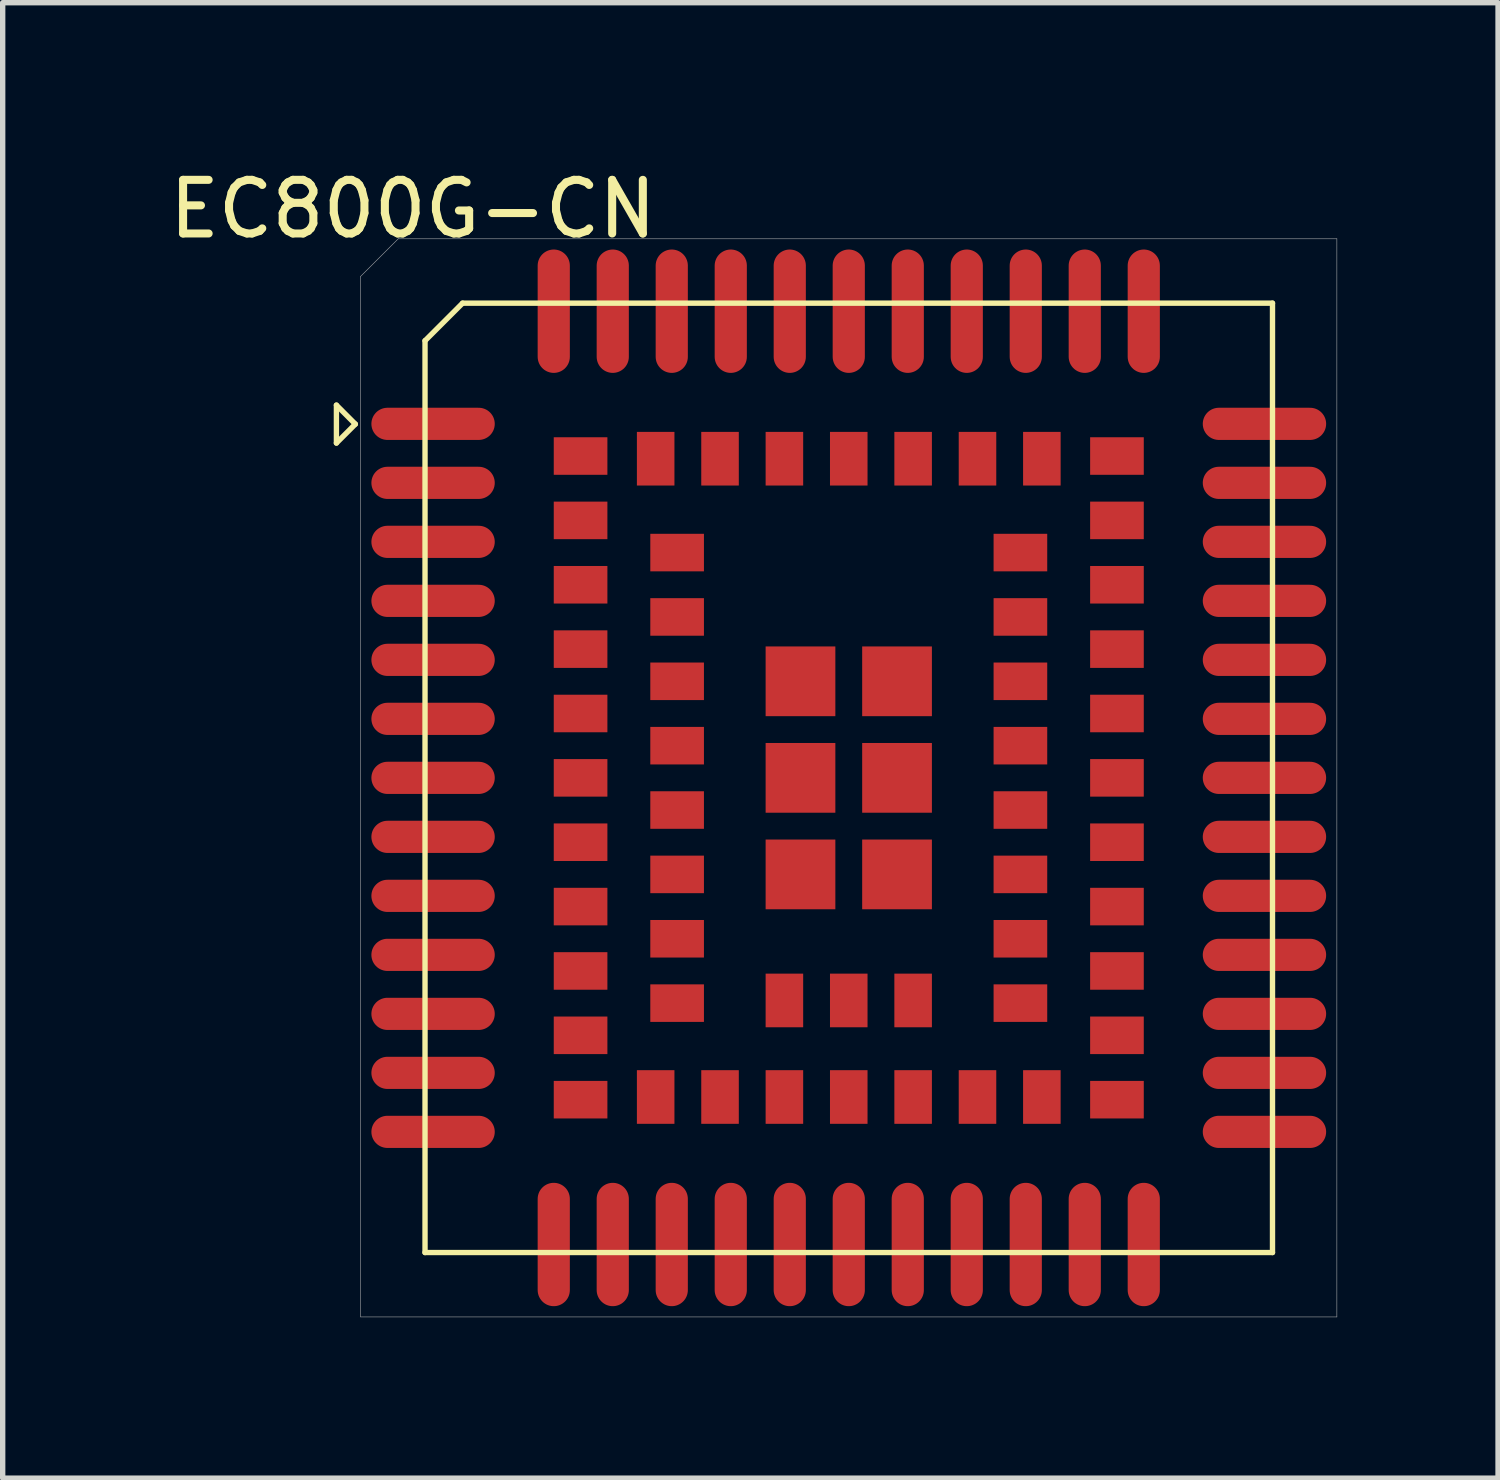
<source format=kicad_pcb>
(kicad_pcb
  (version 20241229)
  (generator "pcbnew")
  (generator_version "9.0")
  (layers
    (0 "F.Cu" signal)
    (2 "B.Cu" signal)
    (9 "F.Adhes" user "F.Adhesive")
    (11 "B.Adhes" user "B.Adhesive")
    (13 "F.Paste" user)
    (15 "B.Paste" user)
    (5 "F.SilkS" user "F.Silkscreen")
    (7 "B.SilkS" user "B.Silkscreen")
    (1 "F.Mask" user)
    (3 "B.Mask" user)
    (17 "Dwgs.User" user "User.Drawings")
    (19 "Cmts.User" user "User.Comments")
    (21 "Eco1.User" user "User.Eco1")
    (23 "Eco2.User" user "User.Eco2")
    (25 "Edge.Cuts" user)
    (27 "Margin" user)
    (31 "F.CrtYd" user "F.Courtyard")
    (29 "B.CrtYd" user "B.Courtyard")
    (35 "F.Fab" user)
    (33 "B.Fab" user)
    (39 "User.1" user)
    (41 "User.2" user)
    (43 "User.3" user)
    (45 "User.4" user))
  (footprint "EC800G-CN"
    (layer "F.Cu")
    (at 12.765 11.414)
    (property "Reference" "EC800G-CN" (at -8.116 -10.566 0) (layer "F.SilkS") (effects (font (size 1 1) (thickness 0.15))))
    (attr through_hole)
    (fp_line (start -9.543 -6.911) (end -9.19 -6.557) (stroke (width 0.1) (type solid)) (layer "F.SilkS"))
    (fp_line (start -9.543 -6.204) (end -9.543 -6.911) (stroke (width 0.1) (type solid)) (layer "F.SilkS"))
    (fp_line (start -9.543 -6.204) (end -9.19 -6.557) (stroke (width 0.1) (type solid)) (layer "F.SilkS"))
    (fp_line (start -7.891 -8.112) (end -7.191 -8.812) (stroke (width 0.1) (type solid)) (layer "F.SilkS"))
    (fp_line (start -7.891 8.888) (end -7.891 -8.112) (stroke (width 0.1) (type solid)) (layer "F.SilkS"))
    (fp_line (start -7.891 8.888) (end 7.909 8.888) (stroke (width 0.1) (type solid)) (layer "F.SilkS"))
    (fp_line (start -7.191 -8.812) (end 7.909 -8.812) (stroke (width 0.1) (type solid)) (layer "F.SilkS"))
    (fp_line (start 7.909 8.888) (end 7.909 -8.812) (stroke (width 0.1) (type solid)) (layer "F.SilkS"))
    (fp_line (start -9.091 -9.312) (end -8.391 -10.012) (stroke (width 0.01) (type solid)) (layer "F.Fab"))
    (fp_line (start -9.091 10.088) (end -9.091 -9.312) (stroke (width 0.01) (type solid)) (layer "F.Fab"))
    (fp_line (start -9.091 10.088) (end 9.109 10.088) (stroke (width 0.01) (type solid)) (layer "F.Fab"))
    (fp_line (start -8.391 -10.012) (end 9.109 -10.012) (stroke (width 0.01) (type solid)) (layer "F.Fab"))
    (fp_line (start 9.109 10.088) (end 9.109 -10.012) (stroke (width 0.01) (type solid)) (layer "F.Fab"))
    (pad "1" smd oval (at -7.741 -6.562) (size 2.3 0.6) (layers "F.Cu" "F.Mask" "F.Paste"))
    (pad "2" smd oval (at -7.741 -5.462) (size 2.3 0.6) (layers "F.Cu" "F.Mask" "F.Paste"))
    (pad "3" smd oval (at -7.741 -4.362) (size 2.3 0.6) (layers "F.Cu" "F.Mask" "F.Paste"))
    (pad "4" smd oval (at -7.741 -3.262) (size 2.3 0.6) (layers "F.Cu" "F.Mask" "F.Paste"))
    (pad "5" smd oval (at -7.741 -2.162) (size 2.3 0.6) (layers "F.Cu" "F.Mask" "F.Paste"))
    (pad "6" smd oval (at -7.741 -1.062) (size 2.3 0.6) (layers "F.Cu" "F.Mask" "F.Paste"))
    (pad "7" smd oval (at -7.741 0.038) (size 2.3 0.6) (layers "F.Cu" "F.Mask" "F.Paste"))
    (pad "8" smd oval (at -7.741 1.138) (size 2.3 0.6) (layers "F.Cu" "F.Mask" "F.Paste"))
    (pad "9" smd oval (at -7.741 2.238) (size 2.3 0.6) (layers "F.Cu" "F.Mask" "F.Paste"))
    (pad "10" smd oval (at -7.741 3.338) (size 2.3 0.6) (layers "F.Cu" "F.Mask" "F.Paste"))
    (pad "11" smd oval (at -7.741 4.438) (size 2.3 0.6) (layers "F.Cu" "F.Mask" "F.Paste"))
    (pad "12" smd oval (at -7.741 5.538) (size 2.3 0.6) (layers "F.Cu" "F.Mask" "F.Paste"))
    (pad "13" smd oval (at -7.741 6.638) (size 2.3 0.6) (layers "F.Cu" "F.Mask" "F.Paste"))
    (pad "14" smd oval (at -4.391 8.738) (size 0.6 2.3) (layers "F.Cu" "F.Mask" "F.Paste"))
    (pad "15" smd oval (at -3.291 8.738) (size 0.6 2.3) (layers "F.Cu" "F.Mask" "F.Paste"))
    (pad "16" smd oval (at -2.191 8.738) (size 0.6 2.3) (layers "F.Cu" "F.Mask" "F.Paste"))
    (pad "17" smd oval (at -1.091 8.738) (size 0.6 2.3) (layers "F.Cu" "F.Mask" "F.Paste"))
    (pad "18" smd oval (at 0.009 8.738) (size 0.6 2.3) (layers "F.Cu" "F.Mask" "F.Paste"))
    (pad "19" smd oval (at 1.109 8.738) (size 0.6 2.3) (layers "F.Cu" "F.Mask" "F.Paste"))
    (pad "20" smd oval (at 2.209 8.738) (size 0.6 2.3) (layers "F.Cu" "F.Mask" "F.Paste"))
    (pad "21" smd oval (at 3.309 8.738) (size 0.6 2.3) (layers "F.Cu" "F.Mask" "F.Paste"))
    (pad "22" smd oval (at 4.409 8.738) (size 0.6 2.3) (layers "F.Cu" "F.Mask" "F.Paste"))
    (pad "23" smd oval (at 7.759 6.638) (size 2.3 0.6) (layers "F.Cu" "F.Mask" "F.Paste"))
    (pad "24" smd oval (at 7.759 5.538) (size 2.3 0.6) (layers "F.Cu" "F.Mask" "F.Paste"))
    (pad "25" smd oval (at 7.759 4.438) (size 2.3 0.6) (layers "F.Cu" "F.Mask" "F.Paste"))
    (pad "26" smd oval (at 7.759 3.338) (size 2.3 0.6) (layers "F.Cu" "F.Mask" "F.Paste"))
    (pad "27" smd oval (at 7.759 2.238) (size 2.3 0.6) (layers "F.Cu" "F.Mask" "F.Paste"))
    (pad "28" smd oval (at 7.759 1.138) (size 2.3 0.6) (layers "F.Cu" "F.Mask" "F.Paste"))
    (pad "29" smd oval (at 7.759 0.038) (size 2.3 0.6) (layers "F.Cu" "F.Mask" "F.Paste"))
    (pad "30" smd oval (at 7.759 -1.062) (size 2.3 0.6) (layers "F.Cu" "F.Mask" "F.Paste"))
    (pad "31" smd oval (at 7.759 -2.162) (size 2.3 0.6) (layers "F.Cu" "F.Mask" "F.Paste"))
    (pad "32" smd oval (at 7.759 -3.262) (size 2.3 0.6) (layers "F.Cu" "F.Mask" "F.Paste"))
    (pad "33" smd oval (at 7.759 -4.362) (size 2.3 0.6) (layers "F.Cu" "F.Mask" "F.Paste"))
    (pad "34" smd oval (at 7.759 -5.462) (size 2.3 0.6) (layers "F.Cu" "F.Mask" "F.Paste"))
    (pad "35" smd oval (at 7.759 -6.562) (size 2.3 0.6) (layers "F.Cu" "F.Mask" "F.Paste"))
    (pad "36" smd oval (at 4.409 -8.662) (size 0.6 2.3) (layers "F.Cu" "F.Mask" "F.Paste"))
    (pad "37" smd oval (at 3.309 -8.662) (size 0.6 2.3) (layers "F.Cu" "F.Mask" "F.Paste"))
    (pad "38" smd oval (at 2.209 -8.662) (size 0.6 2.3) (layers "F.Cu" "F.Mask" "F.Paste"))
    (pad "39" smd oval (at 1.109 -8.662) (size 0.6 2.3) (layers "F.Cu" "F.Mask" "F.Paste"))
    (pad "40" smd oval (at 0.009 -8.662) (size 0.6 2.3) (layers "F.Cu" "F.Mask" "F.Paste"))
    (pad "41" smd oval (at -1.091 -8.662) (size 0.6 2.3) (layers "F.Cu" "F.Mask" "F.Paste"))
    (pad "42" smd oval (at -2.191 -8.662) (size 0.6 2.3) (layers "F.Cu" "F.Mask" "F.Paste"))
    (pad "43" smd oval (at -3.291 -8.662) (size 0.6 2.3) (layers "F.Cu" "F.Mask" "F.Paste"))
    (pad "44" smd oval (at -4.391 -8.662) (size 0.6 2.3) (layers "F.Cu" "F.Mask" "F.Paste"))
    (pad "45" smd rect (at -4.991 -4.762) (size 1 0.7) (layers "F.Cu" "F.Mask" "F.Paste"))
    (pad "46" smd rect (at -4.991 -3.562) (size 1 0.7) (layers "F.Cu" "F.Mask" "F.Paste"))
    (pad "47" smd rect (at -4.991 -2.362) (size 1 0.7) (layers "F.Cu" "F.Mask" "F.Paste"))
    (pad "48" smd rect (at -4.991 -1.162) (size 1 0.7) (layers "F.Cu" "F.Mask" "F.Paste"))
    (pad "49" smd rect (at -4.991 0.038) (size 1 0.7) (layers "F.Cu" "F.Mask" "F.Paste"))
    (pad "50" smd rect (at -4.991 1.238) (size 1 0.7) (layers "F.Cu" "F.Mask" "F.Paste"))
    (pad "51" smd rect (at -4.991 2.438) (size 1 0.7) (layers "F.Cu" "F.Mask" "F.Paste"))
    (pad "52" smd rect (at -4.991 3.638) (size 1 0.7) (layers "F.Cu" "F.Mask" "F.Paste"))
    (pad "53" smd rect (at -4.991 4.838) (size 1 0.7) (layers "F.Cu" "F.Mask" "F.Paste"))
    (pad "54" smd rect (at -2.391 5.988) (size 0.7 1) (layers "F.Cu" "F.Mask" "F.Paste"))
    (pad "55" smd rect (at -1.191 5.988) (size 0.7 1) (layers "F.Cu" "F.Mask" "F.Paste"))
    (pad "56" smd rect (at 0.009 5.988) (size 0.7 1) (layers "F.Cu" "F.Mask" "F.Paste"))
    (pad "57" smd rect (at 1.209 5.988) (size 0.7 1) (layers "F.Cu" "F.Mask" "F.Paste"))
    (pad "58" smd rect (at 2.409 5.988) (size 0.7 1) (layers "F.Cu" "F.Mask" "F.Paste"))
    (pad "59" smd rect (at 5.009 4.838) (size 1 0.7) (layers "F.Cu" "F.Mask" "F.Paste"))
    (pad "60" smd rect (at 5.009 3.638) (size 1 0.7) (layers "F.Cu" "F.Mask" "F.Paste"))
    (pad "61" smd rect (at 5.009 2.438) (size 1 0.7) (layers "F.Cu" "F.Mask" "F.Paste"))
    (pad "62" smd rect (at 5.009 1.238) (size 1 0.7) (layers "F.Cu" "F.Mask" "F.Paste"))
    (pad "63" smd rect (at 5.009 0.038) (size 1 0.7) (layers "F.Cu" "F.Mask" "F.Paste"))
    (pad "64" smd rect (at 5.009 -1.162) (size 1 0.7) (layers "F.Cu" "F.Mask" "F.Paste"))
    (pad "65" smd rect (at 5.009 -2.362) (size 1 0.7) (layers "F.Cu" "F.Mask" "F.Paste"))
    (pad "66" smd rect (at 5.009 -3.562) (size 1 0.7) (layers "F.Cu" "F.Mask" "F.Paste"))
    (pad "67" smd rect (at 5.009 -4.762) (size 1 0.7) (layers "F.Cu" "F.Mask" "F.Paste"))
    (pad "68" smd rect (at 2.409 -5.912) (size 0.7 1) (layers "F.Cu" "F.Mask" "F.Paste"))
    (pad "69" smd rect (at 1.209 -5.912) (size 0.7 1) (layers "F.Cu" "F.Mask" "F.Paste"))
    (pad "70" smd rect (at 0.009 -5.912) (size 0.7 1) (layers "F.Cu" "F.Mask" "F.Paste"))
    (pad "71" smd rect (at -1.191 -5.912) (size 0.7 1) (layers "F.Cu" "F.Mask" "F.Paste"))
    (pad "72" smd rect (at -2.391 -5.912) (size 0.7 1) (layers "F.Cu" "F.Mask" "F.Paste"))
    (pad "73" smd rect (at -3.191 -4.162) (size 1 0.7) (layers "F.Cu" "F.Mask" "F.Paste"))
    (pad "74" smd rect (at -3.191 -2.962) (size 1 0.7) (layers "F.Cu" "F.Mask" "F.Paste"))
    (pad "75" smd rect (at -3.191 -1.762) (size 1 0.7) (layers "F.Cu" "F.Mask" "F.Paste"))
    (pad "76" smd rect (at -3.191 -0.562) (size 1 0.7) (layers "F.Cu" "F.Mask" "F.Paste"))
    (pad "77" smd rect (at -3.191 0.638) (size 1 0.7) (layers "F.Cu" "F.Mask" "F.Paste"))
    (pad "78" smd rect (at -3.191 1.838) (size 1 0.7) (layers "F.Cu" "F.Mask" "F.Paste"))
    (pad "79" smd rect (at -3.191 3.038) (size 1 0.7) (layers "F.Cu" "F.Mask" "F.Paste"))
    (pad "80" smd rect (at -3.191 4.238) (size 1 0.7) (layers "F.Cu" "F.Mask" "F.Paste"))
    (pad "81" smd rect (at 3.209 4.238) (size 1 0.7) (layers "F.Cu" "F.Mask" "F.Paste"))
    (pad "82" smd rect (at 3.209 3.038) (size 1 0.7) (layers "F.Cu" "F.Mask" "F.Paste"))
    (pad "83" smd rect (at 3.209 1.838) (size 1 0.7) (layers "F.Cu" "F.Mask" "F.Paste"))
    (pad "84" smd rect (at 3.209 0.638) (size 1 0.7) (layers "F.Cu" "F.Mask" "F.Paste"))
    (pad "85" smd rect (at 3.209 -0.562) (size 1 0.7) (layers "F.Cu" "F.Mask" "F.Paste"))
    (pad "86" smd rect (at 3.209 -1.762) (size 1 0.7) (layers "F.Cu" "F.Mask" "F.Paste"))
    (pad "87" smd rect (at 3.209 -2.962) (size 1 0.7) (layers "F.Cu" "F.Mask" "F.Paste"))
    (pad "88" smd rect (at 3.209 -4.162) (size 1 0.7) (layers "F.Cu" "F.Mask" "F.Paste"))
    (pad "89" smd rect (at -0.891 -1.762) (size 1.3 1.3) (layers "F.Cu" "F.Mask" "F.Paste"))
    (pad "90" smd rect (at -0.891 0.038) (size 1.3 1.3) (layers "F.Cu" "F.Mask" "F.Paste"))
    (pad "91" smd rect (at -0.891 1.838) (size 1.3 1.3) (layers "F.Cu" "F.Mask" "F.Paste"))
    (pad "92" smd rect (at 0.909 1.838) (size 1.3 1.3) (layers "F.Cu" "F.Mask" "F.Paste"))
    (pad "93" smd rect (at 0.909 0.038) (size 1.3 1.3) (layers "F.Cu" "F.Mask" "F.Paste"))
    (pad "94" smd rect (at 0.909 -1.762) (size 1.3 1.3) (layers "F.Cu" "F.Mask" "F.Paste"))
    (pad "95" smd oval (at -5.491 8.738) (size 0.6 2.3) (layers "F.Cu" "F.Mask" "F.Paste"))
    (pad "96" smd oval (at 5.509 8.738) (size 0.6 2.3) (layers "F.Cu" "F.Mask" "F.Paste"))
    (pad "97" smd oval (at 5.509 -8.662) (size 0.6 2.3) (layers "F.Cu" "F.Mask" "F.Paste"))
    (pad "98" smd oval (at -5.491 -8.662) (size 0.6 2.3) (layers "F.Cu" "F.Mask" "F.Paste"))
    (pad "99" smd rect (at -4.991 -5.962) (size 1 0.7) (layers "F.Cu" "F.Mask" "F.Paste"))
    (pad "100" smd rect (at -4.991 6.038) (size 1 0.7) (layers "F.Cu" "F.Mask" "F.Paste"))
    (pad "101" smd rect (at -3.591 5.988) (size 0.7 1) (layers "F.Cu" "F.Mask" "F.Paste"))
    (pad "102" smd rect (at 3.609 5.988) (size 0.7 1) (layers "F.Cu" "F.Mask" "F.Paste"))
    (pad "103" smd rect (at 5.009 6.038) (size 1 0.7) (layers "F.Cu" "F.Mask" "F.Paste"))
    (pad "104" smd rect (at 5.009 -5.962) (size 1 0.7) (layers "F.Cu" "F.Mask" "F.Paste"))
    (pad "105" smd rect (at 3.609 -5.912) (size 0.7 1) (layers "F.Cu" "F.Mask" "F.Paste"))
    (pad "106" smd rect (at -3.591 -5.912) (size 0.7 1) (layers "F.Cu" "F.Mask" "F.Paste"))
    (pad "107" smd rect (at -1.191 4.188) (size 0.7 1) (layers "F.Cu" "F.Mask" "F.Paste"))
    (pad "108" smd rect (at 0.009 4.188) (size 0.7 1) (layers "F.Cu" "F.Mask" "F.Paste"))
    (pad "109" smd rect (at 1.209 4.188) (size 0.7 1) (layers "F.Cu" "F.Mask" "F.Paste")))
  (gr_rect
    (start -3 -3)
    (end 24.879 24.508)
    (stroke (width 0.1) (type default))
    (fill no)
    (layer "Edge.Cuts")))
</source>
